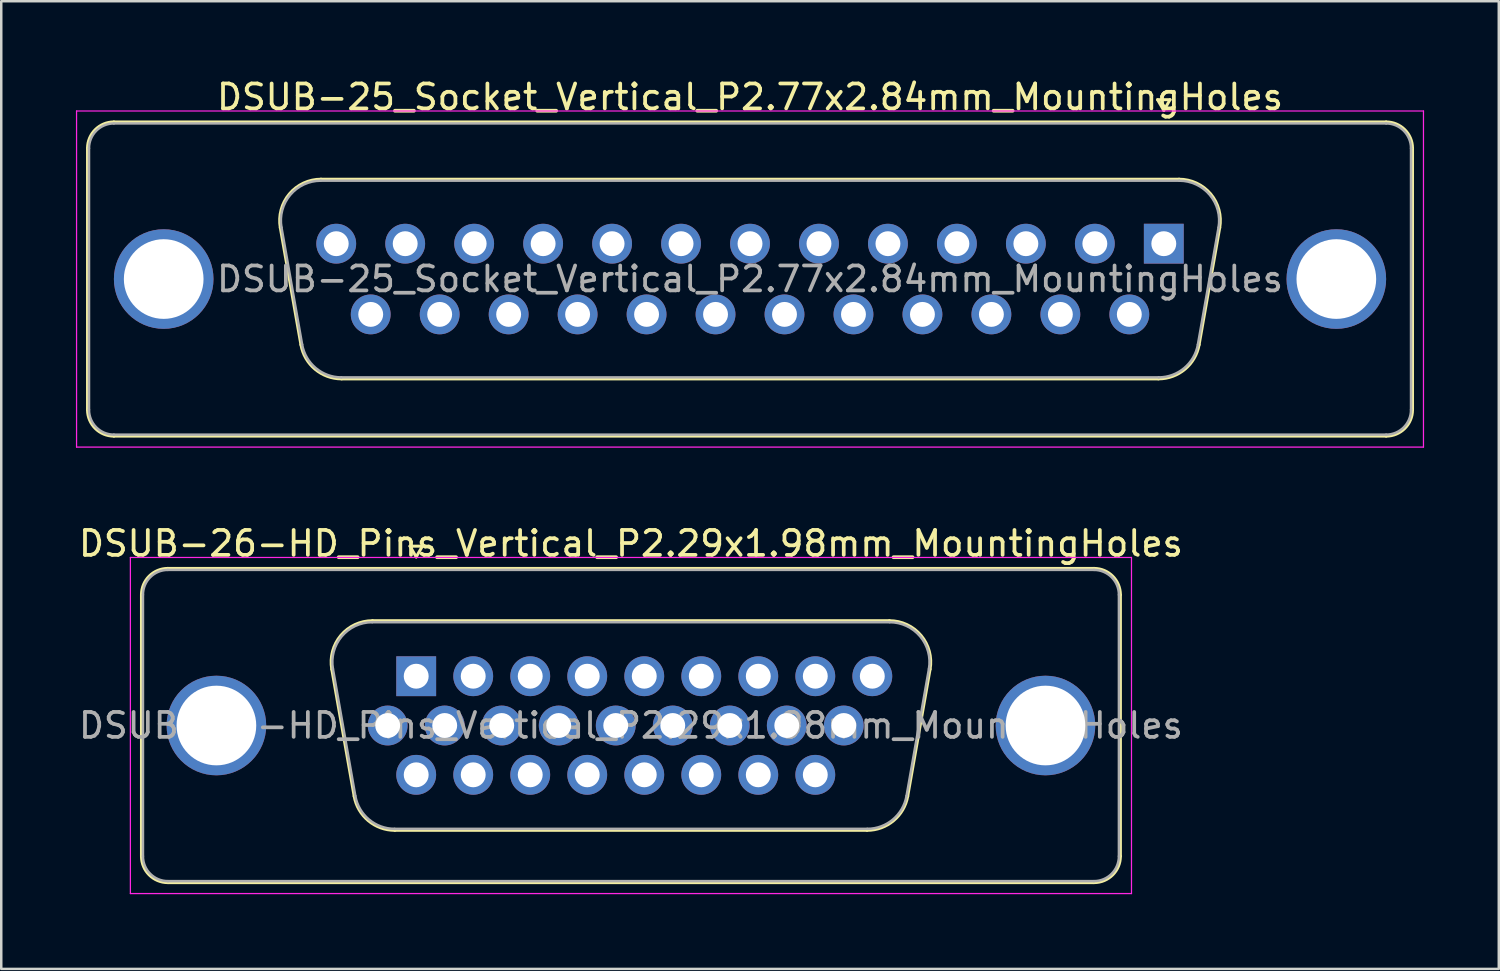
<source format=kicad_pcb>
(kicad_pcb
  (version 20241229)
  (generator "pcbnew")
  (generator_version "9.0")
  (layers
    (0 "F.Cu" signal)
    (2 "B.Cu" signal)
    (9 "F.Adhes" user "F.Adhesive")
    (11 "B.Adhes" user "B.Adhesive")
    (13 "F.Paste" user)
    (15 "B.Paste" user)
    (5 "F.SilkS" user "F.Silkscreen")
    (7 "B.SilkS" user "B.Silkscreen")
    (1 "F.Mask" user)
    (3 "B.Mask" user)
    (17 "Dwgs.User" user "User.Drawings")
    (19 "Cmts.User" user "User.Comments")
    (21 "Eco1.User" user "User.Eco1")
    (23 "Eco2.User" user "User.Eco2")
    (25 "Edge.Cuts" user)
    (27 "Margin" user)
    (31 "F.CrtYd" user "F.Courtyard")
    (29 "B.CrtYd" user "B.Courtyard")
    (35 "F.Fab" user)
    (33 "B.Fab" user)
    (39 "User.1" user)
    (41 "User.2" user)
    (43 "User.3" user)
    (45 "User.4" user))
  (footprint "DSUB-25_Socket_Vertical_P2.77x2.84mm_MountingHoles"
    (layer "F.Cu")
    (at 43.695 6.738)
    (property "Reference" "DSUB-25_Socket_Vertical_P2.77x2.84mm_MountingHoles" (at -16.62 -5.89 0) (layer "F.SilkS") (effects (font (size 1 1) (thickness 0.15))))
    (attr through_hole)
    (fp_line (start -43.23 6.67) (end -43.23 -3.83) (stroke (width 0.12) (type solid)) (layer "F.SilkS"))
    (fp_line (start -42.17 -4.89) (end 8.93 -4.89) (stroke (width 0.12) (type solid)) (layer "F.SilkS"))
    (fp_line (start -35.486 -0.642) (end -34.658 4.058) (stroke (width 0.12) (type solid)) (layer "F.SilkS"))
    (fp_line (start -33.852 -2.59) (end 0.612 -2.59) (stroke (width 0.12) (type solid)) (layer "F.SilkS"))
    (fp_line (start -33.023 5.43) (end -0.217 5.43) (stroke (width 0.12) (type solid)) (layer "F.SilkS"))
    (fp_line (start -0.25 -5.784) (end 0.25 -5.784) (stroke (width 0.12) (type solid)) (layer "F.SilkS"))
    (fp_line (start 0 -5.351) (end -0.25 -5.784) (stroke (width 0.12) (type solid)) (layer "F.SilkS"))
    (fp_line (start 0.25 -5.784) (end 0 -5.351) (stroke (width 0.12) (type solid)) (layer "F.SilkS"))
    (fp_line (start 2.246 -0.642) (end 1.418 4.058) (stroke (width 0.12) (type solid)) (layer "F.SilkS"))
    (fp_line (start 8.93 7.73) (end -42.17 7.73) (stroke (width 0.12) (type solid)) (layer "F.SilkS"))
    (fp_line (start 9.99 -3.83) (end 9.99 6.67) (stroke (width 0.12) (type solid)) (layer "F.SilkS"))
    (fp_arc (start -43.23 -3.83) (mid -42.919533 -4.579533) (end -42.17 -4.89) (stroke (width 0.12) (type solid)) (layer "F.SilkS"))
    (fp_arc (start -42.17 7.73) (mid -42.919533 7.419533) (end -43.23 6.67) (stroke (width 0.12) (type solid)) (layer "F.SilkS"))
    (fp_arc (start -35.48647 -0.641744) (mid -35.123323 -1.997027) (end -33.851689 -2.59) (stroke (width 0.12) (type solid)) (layer "F.SilkS"))
    (fp_arc (start -33.022952 5.43) (mid -34.08998 5.041634) (end -34.657733 4.058256) (stroke (width 0.12) (type solid)) (layer "F.SilkS"))
    (fp_arc (start 0.611689 -2.59) (mid 1.883323 -1.997027) (end 2.24647 -0.641744) (stroke (width 0.12) (type solid)) (layer "F.SilkS"))
    (fp_arc (start 1.417733 4.058256) (mid 0.84998 5.041634) (end -0.217048 5.43) (stroke (width 0.12) (type solid)) (layer "F.SilkS"))
    (fp_arc (start 8.93 -4.89) (mid 9.679533 -4.579533) (end 9.99 -3.83) (stroke (width 0.12) (type solid)) (layer "F.SilkS"))
    (fp_arc (start 9.99 6.67) (mid 9.679533 7.419533) (end 8.93 7.73) (stroke (width 0.12) (type solid)) (layer "F.SilkS"))
    (fp_line (start -43.67 -5.33) (end -43.67 8.17) (stroke (width 0.05) (type solid)) (layer "F.CrtYd"))
    (fp_line (start -43.67 8.17) (end 10.43 8.17) (stroke (width 0.05) (type solid)) (layer "F.CrtYd"))
    (fp_line (start 10.43 -5.33) (end -43.67 -5.33) (stroke (width 0.05) (type solid)) (layer "F.CrtYd"))
    (fp_line (start 10.43 8.17) (end 10.43 -5.33) (stroke (width 0.05) (type solid)) (layer "F.CrtYd"))
    (fp_line (start -43.17 6.67) (end -43.17 -3.83) (stroke (width 0.1) (type solid)) (layer "F.Fab"))
    (fp_line (start -42.17 -4.83) (end 8.93 -4.83) (stroke (width 0.1) (type solid)) (layer "F.Fab"))
    (fp_line (start -35.439 -0.652) (end -34.61 4.048) (stroke (width 0.1) (type solid)) (layer "F.Fab"))
    (fp_line (start -33.863 -2.53) (end 0.623 -2.53) (stroke (width 0.1) (type solid)) (layer "F.Fab"))
    (fp_line (start -33.034 5.37) (end -0.206 5.37) (stroke (width 0.1) (type solid)) (layer "F.Fab"))
    (fp_line (start 2.199 -0.652) (end 1.37 4.048) (stroke (width 0.1) (type solid)) (layer "F.Fab"))
    (fp_line (start 8.93 7.67) (end -42.17 7.67) (stroke (width 0.1) (type solid)) (layer "F.Fab"))
    (fp_line (start 9.93 -3.83) (end 9.93 6.67) (stroke (width 0.1) (type solid)) (layer "F.Fab"))
    (fp_arc (start -43.17 -3.83) (mid -42.877107 -4.537107) (end -42.17 -4.83) (stroke (width 0.1) (type solid)) (layer "F.Fab"))
    (fp_arc (start -42.17 7.67) (mid -42.877107 7.377107) (end -43.17 6.67) (stroke (width 0.1) (type solid)) (layer "F.Fab"))
    (fp_arc (start -35.438887 -0.652163) (mid -35.088865 -1.95846) (end -33.863194 -2.53) (stroke (width 0.1) (type solid)) (layer "F.Fab"))
    (fp_arc (start -33.034457 5.37) (mid -34.062918 4.995671) (end -34.61015 4.047837) (stroke (width 0.1) (type solid)) (layer "F.Fab"))
    (fp_arc (start 0.623194 -2.53) (mid 1.848865 -1.95846) (end 2.198887 -0.652163) (stroke (width 0.1) (type solid)) (layer "F.Fab"))
    (fp_arc (start 1.37015 4.047837) (mid 0.822918 4.995671) (end -0.205543 5.37) (stroke (width 0.1) (type solid)) (layer "F.Fab"))
    (fp_arc (start 8.93 -4.83) (mid 9.637107 -4.537107) (end 9.93 -3.83) (stroke (width 0.1) (type solid)) (layer "F.Fab"))
    (fp_arc (start 9.93 6.67) (mid 9.637107 7.377107) (end 8.93 7.67) (stroke (width 0.1) (type solid)) (layer "F.Fab"))
    (fp_text user "${REFERENCE}" (at -16.62 1.42 0) (layer "F.Fab") (effects (font (size 1 1) (thickness 0.15))))
    (pad "0" thru_hole circle (at -40.17 1.42) (size 4 4) (drill 3.2) (layers "*.Cu" "*.Mask"))
    (pad "0" thru_hole circle (at 6.93 1.42) (size 4 4) (drill 3.2) (layers "*.Cu" "*.Mask"))
    (pad "1" thru_hole rect (at 0 0) (size 1.6 1.6) (drill 1) (layers "*.Cu" "*.Mask"))
    (pad "2" thru_hole circle (at -2.77 0) (size 1.6 1.6) (drill 1) (layers "*.Cu" "*.Mask"))
    (pad "3" thru_hole circle (at -5.54 0) (size 1.6 1.6) (drill 1) (layers "*.Cu" "*.Mask"))
    (pad "4" thru_hole circle (at -8.31 0) (size 1.6 1.6) (drill 1) (layers "*.Cu" "*.Mask"))
    (pad "5" thru_hole circle (at -11.08 0) (size 1.6 1.6) (drill 1) (layers "*.Cu" "*.Mask"))
    (pad "6" thru_hole circle (at -13.85 0) (size 1.6 1.6) (drill 1) (layers "*.Cu" "*.Mask"))
    (pad "7" thru_hole circle (at -16.62 0) (size 1.6 1.6) (drill 1) (layers "*.Cu" "*.Mask"))
    (pad "8" thru_hole circle (at -19.39 0) (size 1.6 1.6) (drill 1) (layers "*.Cu" "*.Mask"))
    (pad "9" thru_hole circle (at -22.16 0) (size 1.6 1.6) (drill 1) (layers "*.Cu" "*.Mask"))
    (pad "10" thru_hole circle (at -24.93 0) (size 1.6 1.6) (drill 1) (layers "*.Cu" "*.Mask"))
    (pad "11" thru_hole circle (at -27.7 0) (size 1.6 1.6) (drill 1) (layers "*.Cu" "*.Mask"))
    (pad "12" thru_hole circle (at -30.47 0) (size 1.6 1.6) (drill 1) (layers "*.Cu" "*.Mask"))
    (pad "13" thru_hole circle (at -33.24 0) (size 1.6 1.6) (drill 1) (layers "*.Cu" "*.Mask"))
    (pad "14" thru_hole circle (at -1.385 2.84) (size 1.6 1.6) (drill 1) (layers "*.Cu" "*.Mask"))
    (pad "15" thru_hole circle (at -4.155 2.84) (size 1.6 1.6) (drill 1) (layers "*.Cu" "*.Mask"))
    (pad "16" thru_hole circle (at -6.925 2.84) (size 1.6 1.6) (drill 1) (layers "*.Cu" "*.Mask"))
    (pad "17" thru_hole circle (at -9.695 2.84) (size 1.6 1.6) (drill 1) (layers "*.Cu" "*.Mask"))
    (pad "18" thru_hole circle (at -12.465 2.84) (size 1.6 1.6) (drill 1) (layers "*.Cu" "*.Mask"))
    (pad "19" thru_hole circle (at -15.235 2.84) (size 1.6 1.6) (drill 1) (layers "*.Cu" "*.Mask"))
    (pad "20" thru_hole circle (at -18.005 2.84) (size 1.6 1.6) (drill 1) (layers "*.Cu" "*.Mask"))
    (pad "21" thru_hole circle (at -20.775 2.84) (size 1.6 1.6) (drill 1) (layers "*.Cu" "*.Mask"))
    (pad "22" thru_hole circle (at -23.545 2.84) (size 1.6 1.6) (drill 1) (layers "*.Cu" "*.Mask"))
    (pad "23" thru_hole circle (at -26.315 2.84) (size 1.6 1.6) (drill 1) (layers "*.Cu" "*.Mask"))
    (pad "24" thru_hole circle (at -29.085 2.84) (size 1.6 1.6) (drill 1) (layers "*.Cu" "*.Mask"))
    (pad "25" thru_hole circle (at -31.855 2.84) (size 1.6 1.6) (drill 1) (layers "*.Cu" "*.Mask")))
  (footprint "DSUB-26-HD_Pins_Vertical_P2.29x1.98mm_MountingHoles"
    (layer "F.Cu")
    (at 13.667 24.111)
    (property "Reference" "DSUB-26-HD_Pins_Vertical_P2.29x1.98mm_MountingHoles" (at 8.625 -5.33 0) (layer "F.SilkS") (effects (font (size 1 1) (thickness 0.15))))
    (attr through_hole)
    (fp_line (start -11.035 7.23) (end -11.035 -3.27) (stroke (width 0.12) (type solid)) (layer "F.SilkS"))
    (fp_line (start -9.975 -4.33) (end 27.225 -4.33) (stroke (width 0.12) (type solid)) (layer "F.SilkS"))
    (fp_line (start -3.391 -0.282) (end -2.492 4.818) (stroke (width 0.12) (type solid)) (layer "F.SilkS"))
    (fp_line (start -1.757 -2.23) (end 19.007 -2.23) (stroke (width 0.12) (type solid)) (layer "F.SilkS"))
    (fp_line (start -0.857 6.19) (end 18.107 6.19) (stroke (width 0.12) (type solid)) (layer "F.SilkS"))
    (fp_line (start -0.25 -5.224) (end 0.25 -5.224) (stroke (width 0.12) (type solid)) (layer "F.SilkS"))
    (fp_line (start 0 -4.791) (end -0.25 -5.224) (stroke (width 0.12) (type solid)) (layer "F.SilkS"))
    (fp_line (start 0.25 -5.224) (end 0 -4.791) (stroke (width 0.12) (type solid)) (layer "F.SilkS"))
    (fp_line (start 20.641 -0.282) (end 19.742 4.818) (stroke (width 0.12) (type solid)) (layer "F.SilkS"))
    (fp_line (start 27.225 8.29) (end -9.975 8.29) (stroke (width 0.12) (type solid)) (layer "F.SilkS"))
    (fp_line (start 28.285 -3.27) (end 28.285 7.23) (stroke (width 0.12) (type solid)) (layer "F.SilkS"))
    (fp_arc (start -11.035 -3.27) (mid -10.724533 -4.019533) (end -9.975 -4.33) (stroke (width 0.12) (type solid)) (layer "F.SilkS"))
    (fp_arc (start -9.975 8.29) (mid -10.724533 7.979533) (end -11.035 7.23) (stroke (width 0.12) (type solid)) (layer "F.SilkS"))
    (fp_arc (start -3.39147 -0.281744) (mid -3.028323 -1.637027) (end -1.756689 -2.23) (stroke (width 0.12) (type solid)) (layer "F.SilkS"))
    (fp_arc (start -0.857421 6.19) (mid -1.924449 5.801634) (end -2.492202 4.818256) (stroke (width 0.12) (type solid)) (layer "F.SilkS"))
    (fp_arc (start 19.006689 -2.23) (mid 20.278323 -1.637027) (end 20.64147 -0.281744) (stroke (width 0.12) (type solid)) (layer "F.SilkS"))
    (fp_arc (start 19.742202 4.818256) (mid 19.174449 5.801634) (end 18.107421 6.19) (stroke (width 0.12) (type solid)) (layer "F.SilkS"))
    (fp_arc (start 27.225 -4.33) (mid 27.974533 -4.019533) (end 28.285 -3.27) (stroke (width 0.12) (type solid)) (layer "F.SilkS"))
    (fp_arc (start 28.285 7.23) (mid 27.974533 7.979533) (end 27.225 8.29) (stroke (width 0.12) (type solid)) (layer "F.SilkS"))
    (fp_line (start -11.48 -4.77) (end -11.48 8.73) (stroke (width 0.05) (type solid)) (layer "F.CrtYd"))
    (fp_line (start -11.48 8.73) (end 28.73 8.73) (stroke (width 0.05) (type solid)) (layer "F.CrtYd"))
    (fp_line (start 28.73 -4.77) (end -11.48 -4.77) (stroke (width 0.05) (type solid)) (layer "F.CrtYd"))
    (fp_line (start 28.73 8.73) (end 28.73 -4.77) (stroke (width 0.05) (type solid)) (layer "F.CrtYd"))
    (fp_line (start -10.975 7.23) (end -10.975 -3.27) (stroke (width 0.1) (type solid)) (layer "F.Fab"))
    (fp_line (start -9.975 -4.27) (end 27.225 -4.27) (stroke (width 0.1) (type solid)) (layer "F.Fab"))
    (fp_line (start -3.344 -0.292) (end -2.445 4.808) (stroke (width 0.1) (type solid)) (layer "F.Fab"))
    (fp_line (start -1.768 -2.17) (end 19.018 -2.17) (stroke (width 0.1) (type solid)) (layer "F.Fab"))
    (fp_line (start -0.869 6.13) (end 18.119 6.13) (stroke (width 0.1) (type solid)) (layer "F.Fab"))
    (fp_line (start 20.594 -0.292) (end 19.695 4.808) (stroke (width 0.1) (type solid)) (layer "F.Fab"))
    (fp_line (start 27.225 8.23) (end -9.975 8.23) (stroke (width 0.1) (type solid)) (layer "F.Fab"))
    (fp_line (start 28.225 -3.27) (end 28.225 7.23) (stroke (width 0.1) (type solid)) (layer "F.Fab"))
    (fp_arc (start -10.975 -3.27) (mid -10.682107 -3.977107) (end -9.975 -4.27) (stroke (width 0.1) (type solid)) (layer "F.Fab"))
    (fp_arc (start -9.975 8.23) (mid -10.682107 7.937107) (end -10.975 7.23) (stroke (width 0.1) (type solid)) (layer "F.Fab"))
    (fp_arc (start -3.343887 -0.292163) (mid -2.993865 -1.59846) (end -1.768194 -2.17) (stroke (width 0.1) (type solid)) (layer "F.Fab"))
    (fp_arc (start -0.868927 6.13) (mid -1.897387 5.755671) (end -2.444619 4.807837) (stroke (width 0.1) (type solid)) (layer "F.Fab"))
    (fp_arc (start 19.018194 -2.17) (mid 20.243865 -1.59846) (end 20.593887 -0.292163) (stroke (width 0.1) (type solid)) (layer "F.Fab"))
    (fp_arc (start 19.694619 4.807837) (mid 19.147387 5.755671) (end 18.118927 6.13) (stroke (width 0.1) (type solid)) (layer "F.Fab"))
    (fp_arc (start 27.225 -4.27) (mid 27.932107 -3.977107) (end 28.225 -3.27) (stroke (width 0.1) (type solid)) (layer "F.Fab"))
    (fp_arc (start 28.225 7.23) (mid 27.932107 7.937107) (end 27.225 8.23) (stroke (width 0.1) (type solid)) (layer "F.Fab"))
    (fp_text user "${REFERENCE}" (at 8.625 1.98 0) (layer "F.Fab") (effects (font (size 1 1) (thickness 0.15))))
    (pad "0" thru_hole circle (at -8.025 1.98) (size 4 4) (drill 3.2) (layers "*.Cu" "*.Mask"))
    (pad "0" thru_hole circle (at 25.275 1.98) (size 4 4) (drill 3.2) (layers "*.Cu" "*.Mask"))
    (pad "1" thru_hole rect (at 0 0) (size 1.6 1.6) (drill 1) (layers "*.Cu" "*.Mask"))
    (pad "2" thru_hole circle (at 2.29 0) (size 1.6 1.6) (drill 1) (layers "*.Cu" "*.Mask"))
    (pad "3" thru_hole circle (at 4.58 0) (size 1.6 1.6) (drill 1) (layers "*.Cu" "*.Mask"))
    (pad "4" thru_hole circle (at 6.87 0) (size 1.6 1.6) (drill 1) (layers "*.Cu" "*.Mask"))
    (pad "5" thru_hole circle (at 9.16 0) (size 1.6 1.6) (drill 1) (layers "*.Cu" "*.Mask"))
    (pad "6" thru_hole circle (at 11.45 0) (size 1.6 1.6) (drill 1) (layers "*.Cu" "*.Mask"))
    (pad "7" thru_hole circle (at 13.74 0) (size 1.6 1.6) (drill 1) (layers "*.Cu" "*.Mask"))
    (pad "8" thru_hole circle (at 16.03 0) (size 1.6 1.6) (drill 1) (layers "*.Cu" "*.Mask"))
    (pad "9" thru_hole circle (at 18.32 0) (size 1.6 1.6) (drill 1) (layers "*.Cu" "*.Mask"))
    (pad "10" thru_hole circle (at -1.145 1.98) (size 1.6 1.6) (drill 1) (layers "*.Cu" "*.Mask"))
    (pad "11" thru_hole circle (at 1.145 1.98) (size 1.6 1.6) (drill 1) (layers "*.Cu" "*.Mask"))
    (pad "12" thru_hole circle (at 3.435 1.98) (size 1.6 1.6) (drill 1) (layers "*.Cu" "*.Mask"))
    (pad "13" thru_hole circle (at 5.725 1.98) (size 1.6 1.6) (drill 1) (layers "*.Cu" "*.Mask"))
    (pad "14" thru_hole circle (at 8.015 1.98) (size 1.6 1.6) (drill 1) (layers "*.Cu" "*.Mask"))
    (pad "15" thru_hole circle (at 10.305 1.98) (size 1.6 1.6) (drill 1) (layers "*.Cu" "*.Mask"))
    (pad "16" thru_hole circle (at 12.595 1.98) (size 1.6 1.6) (drill 1) (layers "*.Cu" "*.Mask"))
    (pad "17" thru_hole circle (at 14.885 1.98) (size 1.6 1.6) (drill 1) (layers "*.Cu" "*.Mask"))
    (pad "18" thru_hole circle (at 17.175 1.98) (size 1.6 1.6) (drill 1) (layers "*.Cu" "*.Mask"))
    (pad "19" thru_hole circle (at 0 3.96) (size 1.6 1.6) (drill 1) (layers "*.Cu" "*.Mask"))
    (pad "20" thru_hole circle (at 2.29 3.96) (size 1.6 1.6) (drill 1) (layers "*.Cu" "*.Mask"))
    (pad "21" thru_hole circle (at 4.58 3.96) (size 1.6 1.6) (drill 1) (layers "*.Cu" "*.Mask"))
    (pad "22" thru_hole circle (at 6.87 3.96) (size 1.6 1.6) (drill 1) (layers "*.Cu" "*.Mask"))
    (pad "23" thru_hole circle (at 9.16 3.96) (size 1.6 1.6) (drill 1) (layers "*.Cu" "*.Mask"))
    (pad "24" thru_hole circle (at 11.45 3.96) (size 1.6 1.6) (drill 1) (layers "*.Cu" "*.Mask"))
    (pad "25" thru_hole circle (at 13.74 3.96) (size 1.6 1.6) (drill 1) (layers "*.Cu" "*.Mask"))
    (pad "26" thru_hole circle (at 16.03 3.96) (size 1.6 1.6) (drill 1) (layers "*.Cu" "*.Mask")))
  (gr_rect
    (start -3 -3)
    (end 57.15 35.867)
    (stroke (width 0.1) (type default))
    (fill no)
    (layer "Edge.Cuts")))
</source>
